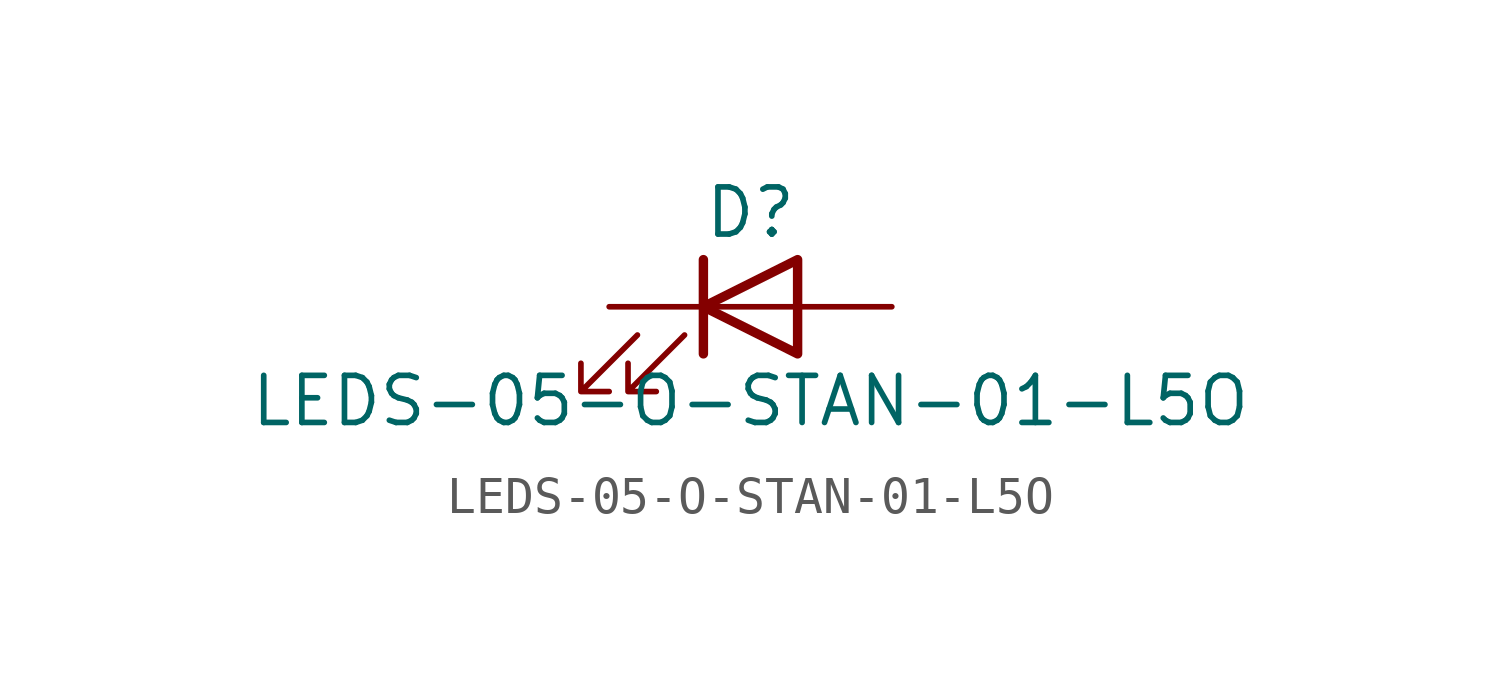
<source format=kicad_sym>
(kicad_symbol_lib
  (version 20211014)
  (generator kicad_symbol_editor)
  (symbol "LEDS-05-O-STAN-01-L5O"
    (pin_numbers hide)
    (pin_names
      (offset 1.016) hide)
    (property "Reference" "D"
      (at 0 2.54 0)
      (effects (font (size 1.27 1.27))))
    (property "Value" "LEDS-05-O-STAN-01-L5O"
      (at 0 -2.54 0)
      (effects (font (size 1.27 1.27))))
    (symbol "LEDS-05-O-STAN-01-L5O_0_1"
      (polyline (pts (xy -1.27 -1.27) (xy -1.27 1.27)) (stroke (width 0.254) (type default) (color 0 0 0 0)) (fill (type none)))
      (polyline (pts (xy -1.27 0) (xy 1.27 0)) (stroke (width 0) (type default) (color 0 0 0 0)) (fill (type none)))
      (polyline (pts (xy 1.27 -1.27) (xy 1.27 1.27) (xy -1.27 0) (xy 1.27 -1.27)) (stroke (width 0.254) (type default) (color 0 0 0 0)) (fill (type none)))
      (polyline (pts (xy -3.048 -0.762) (xy -4.572 -2.286) (xy -3.81 -2.286) (xy -4.572 -2.286) (xy -4.572 -1.524)) (stroke (width 0) (type default) (color 0 0 0 0)) (fill (type none)))
      (polyline (pts (xy -1.778 -0.762) (xy -3.302 -2.286) (xy -2.54 -2.286) (xy -3.302 -2.286) (xy -3.302 -1.524)) (stroke (width 0) (type default) (color 0 0 0 0)) (fill (type none))))
    (symbol "LEDS-05-O-STAN-01-L5O_1_1"
      (pin passive line (at -3.81 0 0) (length 2.54) (name "K" (effects (font (size 1.27 1.27)))) (number "1" (effects (font (size 1.27 1.27)))))
      (pin passive line (at 3.81 0 180) (length 2.54) (name "A" (effects (font (size 1.27 1.27)))) (number "2" (effects (font (size 1.27 1.27))))))))
</source>
